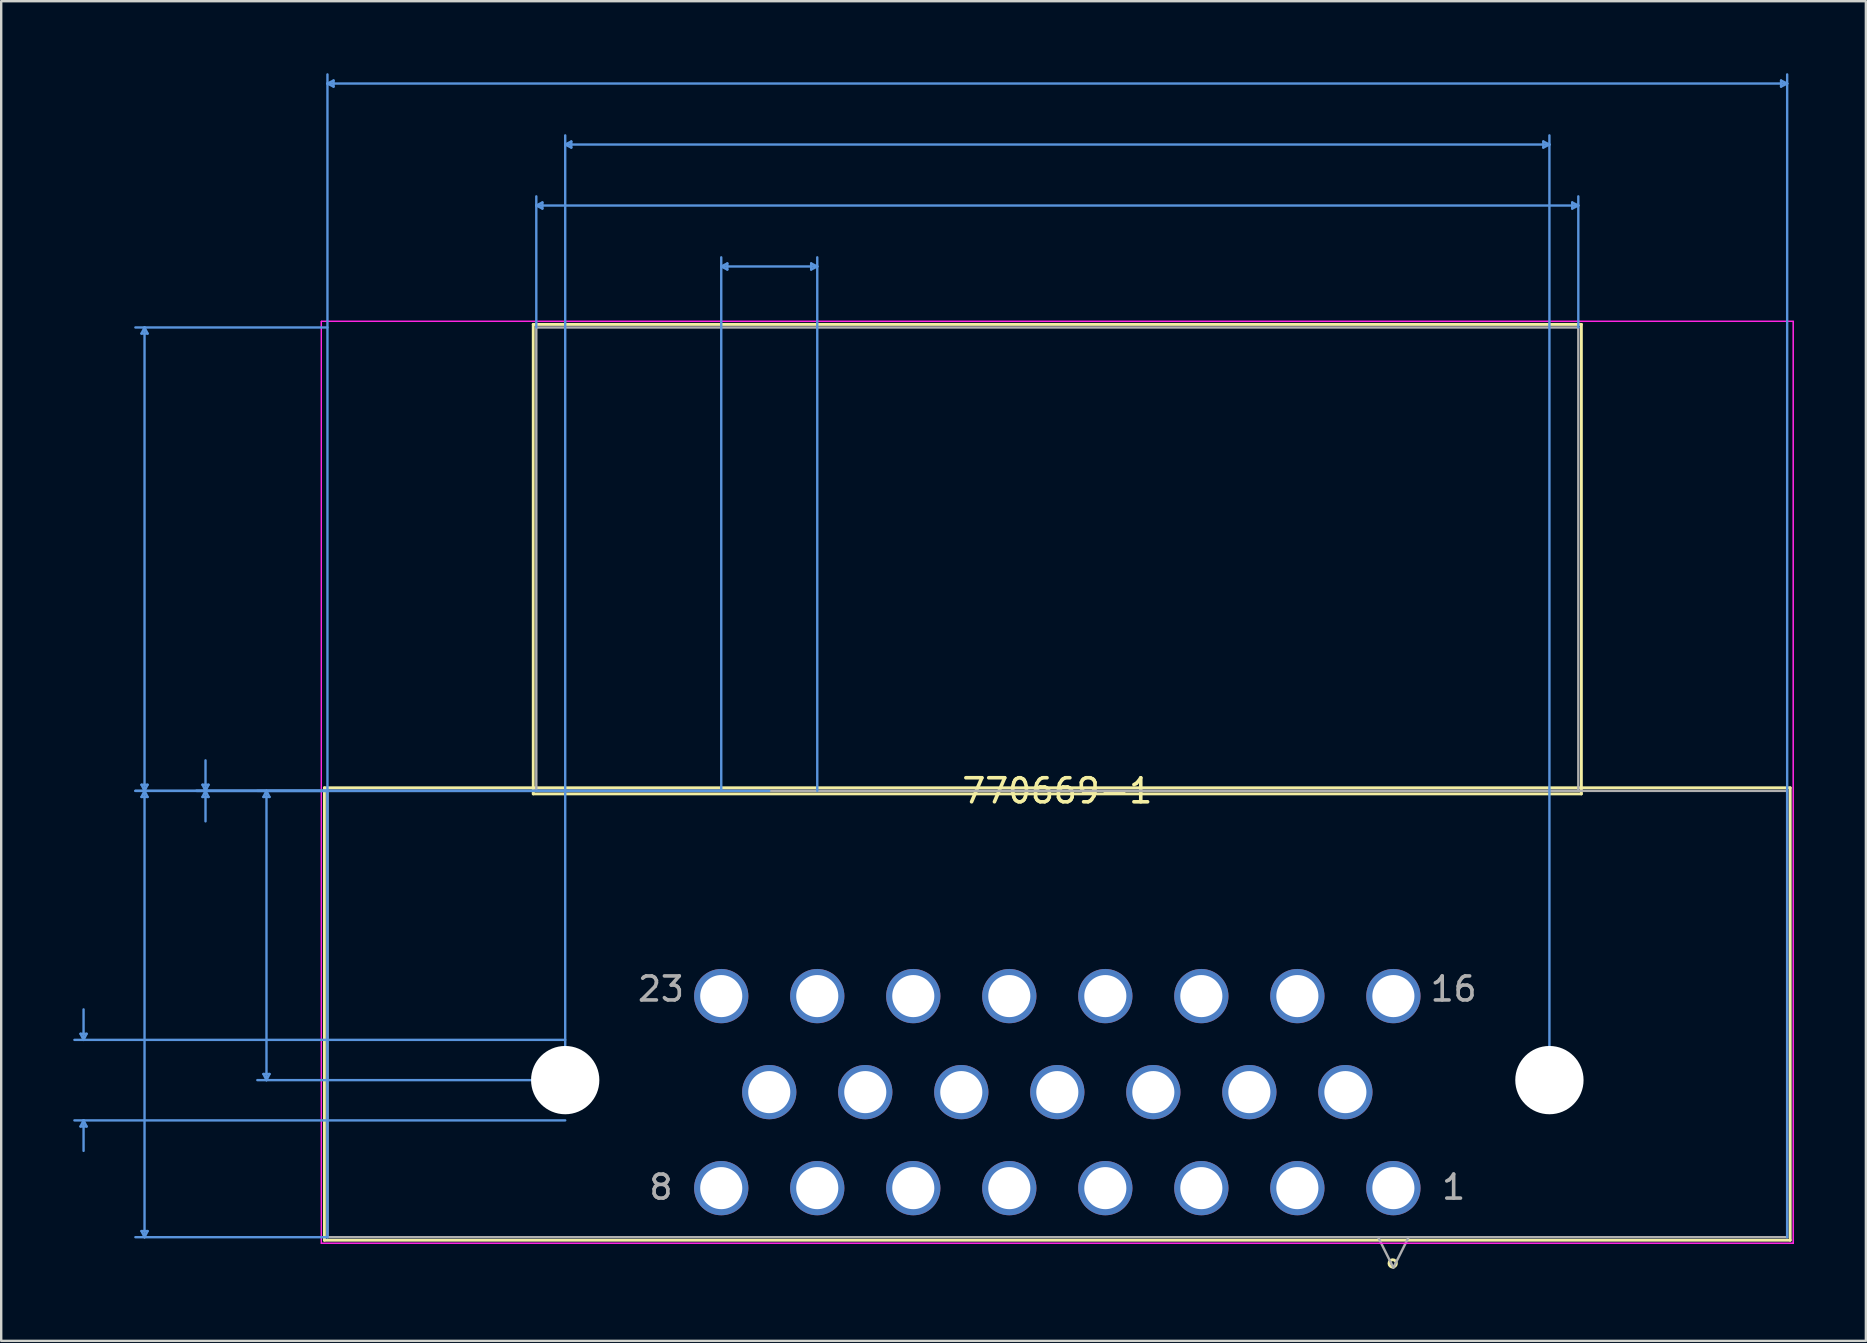
<source format=kicad_pcb>
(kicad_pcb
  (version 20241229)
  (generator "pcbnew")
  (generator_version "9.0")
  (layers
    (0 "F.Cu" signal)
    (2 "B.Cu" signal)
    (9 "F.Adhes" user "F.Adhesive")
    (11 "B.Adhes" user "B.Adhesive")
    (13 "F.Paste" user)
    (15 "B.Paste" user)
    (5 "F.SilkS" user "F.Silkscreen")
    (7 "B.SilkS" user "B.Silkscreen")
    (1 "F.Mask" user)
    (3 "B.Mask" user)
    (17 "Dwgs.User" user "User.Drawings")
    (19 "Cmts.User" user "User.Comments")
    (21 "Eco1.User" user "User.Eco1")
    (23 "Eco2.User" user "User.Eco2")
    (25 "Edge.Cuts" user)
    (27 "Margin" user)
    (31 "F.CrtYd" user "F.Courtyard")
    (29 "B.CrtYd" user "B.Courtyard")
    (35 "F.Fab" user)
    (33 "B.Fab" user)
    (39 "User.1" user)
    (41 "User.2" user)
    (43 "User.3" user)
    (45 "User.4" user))
  (footprint "770669-1"
    (layer "F.Cu")
    (at 54.995 46.445)
    (property "Reference" "770669-1" (at -14 -16.55 0) (layer "F.SilkS") (effects (font (size 1 1) (thickness 0.15))))
    (attr through_hole)
    (fp_line (start -44.531 -16.677) (end -44.531 2.17) (stroke (width 0.12) (type solid)) (layer "F.SilkS"))
    (fp_line (start -44.531 2.17) (end 16.531 2.17) (stroke (width 0.12) (type solid)) (layer "F.SilkS"))
    (fp_line (start -35.831 -35.981) (end -35.831 -16.423) (stroke (width 0.12) (type solid)) (layer "F.SilkS"))
    (fp_line (start -35.831 -16.423) (end 7.831 -16.423) (stroke (width 0.12) (type solid)) (layer "F.SilkS"))
    (fp_line (start 7.831 -35.981) (end -35.831 -35.981) (stroke (width 0.12) (type solid)) (layer "F.SilkS"))
    (fp_line (start 7.831 -16.423) (end 7.831 -35.981) (stroke (width 0.12) (type solid)) (layer "F.SilkS"))
    (fp_line (start 16.531 -16.677) (end -44.531 -16.677) (stroke (width 0.12) (type solid)) (layer "F.SilkS"))
    (fp_line (start 16.531 2.17) (end 16.531 -16.677) (stroke (width 0.12) (type solid)) (layer "F.SilkS"))
    (fp_arc (start 0.122402 3.135114) (mid -0.182398 3.135114) (end 0.122402 3.135114) (stroke (width 0.12) (type solid)) (layer "F.SilkS"))
    (fp_line (start -54.691 -6.43) (end -54.437 -6.43) (stroke (width 0.1) (type solid)) (layer "Cmts.User"))
    (fp_line (start -54.691 -2.569) (end -54.437 -2.569) (stroke (width 0.1) (type solid)) (layer "Cmts.User"))
    (fp_line (start -54.564 -6.176) (end -54.691 -6.43) (stroke (width 0.1) (type solid)) (layer "Cmts.User"))
    (fp_line (start -54.564 -6.176) (end -54.564 -7.446) (stroke (width 0.1) (type solid)) (layer "Cmts.User"))
    (fp_line (start -54.564 -6.176) (end -54.437 -6.43) (stroke (width 0.1) (type solid)) (layer "Cmts.User"))
    (fp_line (start -54.564 -2.823) (end -54.691 -2.569) (stroke (width 0.1) (type solid)) (layer "Cmts.User"))
    (fp_line (start -54.564 -2.823) (end -54.564 -1.553) (stroke (width 0.1) (type solid)) (layer "Cmts.User"))
    (fp_line (start -54.564 -2.823) (end -54.437 -2.569) (stroke (width 0.1) (type solid)) (layer "Cmts.User"))
    (fp_line (start -52.151 -35.6) (end -51.897 -35.6) (stroke (width 0.1) (type solid)) (layer "Cmts.User"))
    (fp_line (start -52.151 -16.804) (end -51.897 -16.804) (stroke (width 0.1) (type solid)) (layer "Cmts.User"))
    (fp_line (start -52.151 -16.296) (end -51.897 -16.296) (stroke (width 0.1) (type solid)) (layer "Cmts.User"))
    (fp_line (start -52.151 1.789) (end -51.897 1.789) (stroke (width 0.1) (type solid)) (layer "Cmts.User"))
    (fp_line (start -52.024 -35.854) (end -52.151 -35.6) (stroke (width 0.1) (type solid)) (layer "Cmts.User"))
    (fp_line (start -52.024 -35.854) (end -52.024 -16.55) (stroke (width 0.1) (type solid)) (layer "Cmts.User"))
    (fp_line (start -52.024 -35.854) (end -51.897 -35.6) (stroke (width 0.1) (type solid)) (layer "Cmts.User"))
    (fp_line (start -52.024 -16.55) (end -52.151 -16.804) (stroke (width 0.1) (type solid)) (layer "Cmts.User"))
    (fp_line (start -52.024 -16.55) (end -52.151 -16.296) (stroke (width 0.1) (type solid)) (layer "Cmts.User"))
    (fp_line (start -52.024 -16.55) (end -52.024 2.043) (stroke (width 0.1) (type solid)) (layer "Cmts.User"))
    (fp_line (start -52.024 -16.55) (end -51.897 -16.804) (stroke (width 0.1) (type solid)) (layer "Cmts.User"))
    (fp_line (start -52.024 -16.55) (end -51.897 -16.296) (stroke (width 0.1) (type solid)) (layer "Cmts.User"))
    (fp_line (start -52.024 2.043) (end -52.151 1.789) (stroke (width 0.1) (type solid)) (layer "Cmts.User"))
    (fp_line (start -52.024 2.043) (end -51.897 1.789) (stroke (width 0.1) (type solid)) (layer "Cmts.User"))
    (fp_line (start -49.611 -16.804) (end -49.357 -16.804) (stroke (width 0.1) (type solid)) (layer "Cmts.User"))
    (fp_line (start -49.611 -16.296) (end -49.357 -16.296) (stroke (width 0.1) (type solid)) (layer "Cmts.User"))
    (fp_line (start -49.484 -16.55) (end -49.611 -16.804) (stroke (width 0.1) (type solid)) (layer "Cmts.User"))
    (fp_line (start -49.484 -16.55) (end -49.611 -16.296) (stroke (width 0.1) (type solid)) (layer "Cmts.User"))
    (fp_line (start -49.484 -16.55) (end -49.484 -17.82) (stroke (width 0.1) (type solid)) (layer "Cmts.User"))
    (fp_line (start -49.484 -16.55) (end -49.484 -15.28) (stroke (width 0.1) (type solid)) (layer "Cmts.User"))
    (fp_line (start -49.484 -16.55) (end -49.357 -16.804) (stroke (width 0.1) (type solid)) (layer "Cmts.User"))
    (fp_line (start -49.484 -16.55) (end -49.357 -16.296) (stroke (width 0.1) (type solid)) (layer "Cmts.User"))
    (fp_line (start -47.071 -16.296) (end -46.817 -16.296) (stroke (width 0.1) (type solid)) (layer "Cmts.User"))
    (fp_line (start -47.071 -4.754) (end -46.817 -4.754) (stroke (width 0.1) (type solid)) (layer "Cmts.User"))
    (fp_line (start -46.944 -16.55) (end -47.071 -16.296) (stroke (width 0.1) (type solid)) (layer "Cmts.User"))
    (fp_line (start -46.944 -16.55) (end -46.944 -4.5) (stroke (width 0.1) (type solid)) (layer "Cmts.User"))
    (fp_line (start -46.944 -16.55) (end -46.817 -16.296) (stroke (width 0.1) (type solid)) (layer "Cmts.User"))
    (fp_line (start -46.944 -4.5) (end -47.071 -4.754) (stroke (width 0.1) (type solid)) (layer "Cmts.User"))
    (fp_line (start -46.944 -4.5) (end -46.817 -4.754) (stroke (width 0.1) (type solid)) (layer "Cmts.User"))
    (fp_line (start -44.404 -46.014) (end -44.15 -46.141) (stroke (width 0.1) (type solid)) (layer "Cmts.User"))
    (fp_line (start -44.404 -46.014) (end -44.15 -45.887) (stroke (width 0.1) (type solid)) (layer "Cmts.User"))
    (fp_line (start -44.404 -46.014) (end 16.404 -46.014) (stroke (width 0.1) (type solid)) (layer "Cmts.User"))
    (fp_line (start -44.404 -35.854) (end -52.405 -35.854) (stroke (width 0.1) (type solid)) (layer "Cmts.User"))
    (fp_line (start -44.404 -16.55) (end -52.405 -16.55) (stroke (width 0.1) (type solid)) (layer "Cmts.User"))
    (fp_line (start -44.404 -16.55) (end -52.405 -16.55) (stroke (width 0.1) (type solid)) (layer "Cmts.User"))
    (fp_line (start -44.404 -16.55) (end -47.325 -16.55) (stroke (width 0.1) (type solid)) (layer "Cmts.User"))
    (fp_line (start -44.404 2.043) (end -52.405 2.043) (stroke (width 0.1) (type solid)) (layer "Cmts.User"))
    (fp_line (start -44.404 2.043) (end -44.404 -46.395) (stroke (width 0.1) (type solid)) (layer "Cmts.User"))
    (fp_line (start -44.15 -46.141) (end -44.15 -45.887) (stroke (width 0.1) (type solid)) (layer "Cmts.User"))
    (fp_line (start -35.704 -40.934) (end -35.45 -41.061) (stroke (width 0.1) (type solid)) (layer "Cmts.User"))
    (fp_line (start -35.704 -40.934) (end -35.45 -40.807) (stroke (width 0.1) (type solid)) (layer "Cmts.User"))
    (fp_line (start -35.704 -40.934) (end 7.704 -40.934) (stroke (width 0.1) (type solid)) (layer "Cmts.User"))
    (fp_line (start -35.704 -35.854) (end -35.704 -41.315) (stroke (width 0.1) (type solid)) (layer "Cmts.User"))
    (fp_line (start -35.45 -41.061) (end -35.45 -40.807) (stroke (width 0.1) (type solid)) (layer "Cmts.User"))
    (fp_line (start -34.5 -43.474) (end -34.246 -43.601) (stroke (width 0.1) (type solid)) (layer "Cmts.User"))
    (fp_line (start -34.5 -43.474) (end -34.246 -43.347) (stroke (width 0.1) (type solid)) (layer "Cmts.User"))
    (fp_line (start -34.5 -43.474) (end 6.5 -43.474) (stroke (width 0.1) (type solid)) (layer "Cmts.User"))
    (fp_line (start -34.5 -6.176) (end -54.945 -6.176) (stroke (width 0.1) (type solid)) (layer "Cmts.User"))
    (fp_line (start -34.5 -4.5) (end -47.325 -4.5) (stroke (width 0.1) (type solid)) (layer "Cmts.User"))
    (fp_line (start -34.5 -4.5) (end -34.5 -43.855) (stroke (width 0.1) (type solid)) (layer "Cmts.User"))
    (fp_line (start -34.5 -2.823) (end -54.945 -2.823) (stroke (width 0.1) (type solid)) (layer "Cmts.User"))
    (fp_line (start -34.246 -43.601) (end -34.246 -43.347) (stroke (width 0.1) (type solid)) (layer "Cmts.User"))
    (fp_line (start -28 -38.394) (end -27.746 -38.521) (stroke (width 0.1) (type solid)) (layer "Cmts.User"))
    (fp_line (start -28 -38.394) (end -27.746 -38.267) (stroke (width 0.1) (type solid)) (layer "Cmts.User"))
    (fp_line (start -28 -38.394) (end -24 -38.394) (stroke (width 0.1) (type solid)) (layer "Cmts.User"))
    (fp_line (start -28 -16.55) (end -49.865 -16.55) (stroke (width 0.1) (type solid)) (layer "Cmts.User"))
    (fp_line (start -28 -16.55) (end -28 -38.775) (stroke (width 0.1) (type solid)) (layer "Cmts.User"))
    (fp_line (start -27.746 -38.521) (end -27.746 -38.267) (stroke (width 0.1) (type solid)) (layer "Cmts.User"))
    (fp_line (start -26 -16.55) (end -49.865 -16.55) (stroke (width 0.1) (type solid)) (layer "Cmts.User"))
    (fp_line (start -24.254 -38.521) (end -24.254 -38.267) (stroke (width 0.1) (type solid)) (layer "Cmts.User"))
    (fp_line (start -24 -38.394) (end -24.254 -38.521) (stroke (width 0.1) (type solid)) (layer "Cmts.User"))
    (fp_line (start -24 -38.394) (end -24.254 -38.267) (stroke (width 0.1) (type solid)) (layer "Cmts.User"))
    (fp_line (start -24 -16.55) (end -24 -38.775) (stroke (width 0.1) (type solid)) (layer "Cmts.User"))
    (fp_line (start 6.246 -43.601) (end 6.246 -43.347) (stroke (width 0.1) (type solid)) (layer "Cmts.User"))
    (fp_line (start 6.5 -43.474) (end 6.246 -43.601) (stroke (width 0.1) (type solid)) (layer "Cmts.User"))
    (fp_line (start 6.5 -43.474) (end 6.246 -43.347) (stroke (width 0.1) (type solid)) (layer "Cmts.User"))
    (fp_line (start 6.5 -4.5) (end 6.5 -43.855) (stroke (width 0.1) (type solid)) (layer "Cmts.User"))
    (fp_line (start 7.45 -41.061) (end 7.45 -40.807) (stroke (width 0.1) (type solid)) (layer "Cmts.User"))
    (fp_line (start 7.704 -40.934) (end 7.45 -41.061) (stroke (width 0.1) (type solid)) (layer "Cmts.User"))
    (fp_line (start 7.704 -40.934) (end 7.45 -40.807) (stroke (width 0.1) (type solid)) (layer "Cmts.User"))
    (fp_line (start 7.704 -35.854) (end 7.704 -41.315) (stroke (width 0.1) (type solid)) (layer "Cmts.User"))
    (fp_line (start 16.15 -46.141) (end 16.15 -45.887) (stroke (width 0.1) (type solid)) (layer "Cmts.User"))
    (fp_line (start 16.404 -46.014) (end 16.15 -46.141) (stroke (width 0.1) (type solid)) (layer "Cmts.User"))
    (fp_line (start 16.404 -46.014) (end 16.15 -45.887) (stroke (width 0.1) (type solid)) (layer "Cmts.User"))
    (fp_line (start 16.404 2.043) (end 16.404 -46.395) (stroke (width 0.1) (type solid)) (layer "Cmts.User"))
    (fp_line (start -44.658 -36.108) (end -44.658 2.297) (stroke (width 0.05) (type solid)) (layer "F.CrtYd"))
    (fp_line (start -44.658 -36.108) (end -44.658 2.297) (stroke (width 0.05) (type solid)) (layer "F.CrtYd"))
    (fp_line (start -44.658 2.297) (end 16.658 2.297) (stroke (width 0.05) (type solid)) (layer "F.CrtYd"))
    (fp_line (start -44.658 2.297) (end 16.658 2.297) (stroke (width 0.05) (type solid)) (layer "F.CrtYd"))
    (fp_line (start 16.658 -36.108) (end -44.658 -36.108) (stroke (width 0.05) (type solid)) (layer "F.CrtYd"))
    (fp_line (start 16.658 -36.108) (end -44.658 -36.108) (stroke (width 0.05) (type solid)) (layer "F.CrtYd"))
    (fp_line (start 16.658 2.297) (end 16.658 -36.108) (stroke (width 0.05) (type solid)) (layer "F.CrtYd"))
    (fp_line (start 16.658 2.297) (end 16.658 -36.108) (stroke (width 0.05) (type solid)) (layer "F.CrtYd"))
    (fp_line (start -44.404 -16.55) (end -44.404 2.043) (stroke (width 0.1) (type solid)) (layer "F.Fab"))
    (fp_line (start -44.404 2.043) (end 16.404 2.043) (stroke (width 0.1) (type solid)) (layer "F.Fab"))
    (fp_line (start -35.704 -35.854) (end -35.704 -16.55) (stroke (width 0.1) (type solid)) (layer "F.Fab"))
    (fp_line (start -35.704 -16.55) (end 7.704 -16.55) (stroke (width 0.1) (type solid)) (layer "F.Fab"))
    (fp_line (start -0.635 2.043) (end 0 3.313) (stroke (width 0.1) (type solid)) (layer "F.Fab"))
    (fp_line (start 0.635 2.043) (end 0 3.313) (stroke (width 0.1) (type solid)) (layer "F.Fab"))
    (fp_line (start 7.704 -35.854) (end -35.704 -35.854) (stroke (width 0.1) (type solid)) (layer "F.Fab"))
    (fp_line (start 7.704 -16.55) (end 7.704 -35.854) (stroke (width 0.1) (type solid)) (layer "F.Fab"))
    (fp_line (start 16.404 -16.55) (end -44.404 -16.55) (stroke (width 0.1) (type solid)) (layer "F.Fab"))
    (fp_line (start 16.404 2.043) (end 16.404 -16.55) (stroke (width 0.1) (type solid)) (layer "F.Fab"))
    (fp_text user "*" (at 0 0 0) (layer "F.SilkS") (effects (font (size 1 1) (thickness 0.15))))
    (fp_text user "Copyright 2021 Accelerated Designs. All rights reserved." (at 0 0 0) (layer "Cmts.User") (effects (font (size 0.127 0.127) (thickness 0.002))))
    (fp_text user "16" (at 2.51 -8.295 0) (layer "F.Fab") (effects (font (size 1 1) (thickness 0.15))))
    (fp_text user "1" (at 2.51 -0.04 0) (layer "F.Fab") (effects (font (size 1 1) (thickness 0.15))))
    (fp_text user "*" (at 0 0 0) (layer "F.Fab") (effects (font (size 1 1) (thickness 0.15))))
    (fp_text user "23" (at -30.51 -8.295 0) (layer "F.Fab") (effects (font (size 1 1) (thickness 0.15))))
    (fp_text user "8" (at -30.51 -0.04 0) (layer "F.Fab") (effects (font (size 1 1) (thickness 0.15))))
    (pad "" np_thru_hole circle (at -34.5 -4.5) (size 2.845 2.845) (drill 2.845) (layers "*.Cu" "*.Mask"))
    (pad "" np_thru_hole circle (at 6.5 -4.5) (size 2.845 2.845) (drill 2.845) (layers "*.Cu" "*.Mask"))
    (pad "1" thru_hole circle (at -0.000001 0) (size 2.261 2.261) (drill 1.753) (layers "*.Cu" "*.Mask"))
    (pad "2" thru_hole circle (at -4 0) (size 2.261 2.261) (drill 1.753) (layers "*.Cu" "*.Mask"))
    (pad "3" thru_hole circle (at -8 0) (size 2.261 2.261) (drill 1.753) (layers "*.Cu" "*.Mask"))
    (pad "4" thru_hole circle (at -12 0) (size 2.261 2.261) (drill 1.753) (layers "*.Cu" "*.Mask"))
    (pad "5" thru_hole circle (at -16 0) (size 2.261 2.261) (drill 1.753) (layers "*.Cu" "*.Mask"))
    (pad "6" thru_hole circle (at -20 0) (size 2.261 2.261) (drill 1.753) (layers "*.Cu" "*.Mask"))
    (pad "7" thru_hole circle (at -24 0) (size 2.261 2.261) (drill 1.753) (layers "*.Cu" "*.Mask"))
    (pad "8" thru_hole circle (at -28 0) (size 2.261 2.261) (drill 1.753) (layers "*.Cu" "*.Mask"))
    (pad "9" thru_hole circle (at -2 -4) (size 2.261 2.261) (drill 1.753) (layers "*.Cu" "*.Mask"))
    (pad "10" thru_hole circle (at -6 -4) (size 2.261 2.261) (drill 1.753) (layers "*.Cu" "*.Mask"))
    (pad "11" thru_hole circle (at -10 -4) (size 2.261 2.261) (drill 1.753) (layers "*.Cu" "*.Mask"))
    (pad "12" thru_hole circle (at -14 -4) (size 2.261 2.261) (drill 1.753) (layers "*.Cu" "*.Mask"))
    (pad "13" thru_hole circle (at -18 -4) (size 2.261 2.261) (drill 1.753) (layers "*.Cu" "*.Mask"))
    (pad "14" thru_hole circle (at -22 -4) (size 2.261 2.261) (drill 1.753) (layers "*.Cu" "*.Mask"))
    (pad "15" thru_hole circle (at -26 -4) (size 2.261 2.261) (drill 1.753) (layers "*.Cu" "*.Mask"))
    (pad "16" thru_hole circle (at -0.000001 -8) (size 2.261 2.261) (drill 1.753) (layers "*.Cu" "*.Mask"))
    (pad "17" thru_hole circle (at -4 -8) (size 2.261 2.261) (drill 1.753) (layers "*.Cu" "*.Mask"))
    (pad "18" thru_hole circle (at -8 -8) (size 2.261 2.261) (drill 1.753) (layers "*.Cu" "*.Mask"))
    (pad "19" thru_hole circle (at -12 -8) (size 2.261 2.261) (drill 1.753) (layers "*.Cu" "*.Mask"))
    (pad "20" thru_hole circle (at -16 -8) (size 2.261 2.261) (drill 1.753) (layers "*.Cu" "*.Mask"))
    (pad "21" thru_hole circle (at -20 -8) (size 2.261 2.261) (drill 1.753) (layers "*.Cu" "*.Mask"))
    (pad "22" thru_hole circle (at -24 -8) (size 2.261 2.261) (drill 1.753) (layers "*.Cu" "*.Mask"))
    (pad "23" thru_hole circle (at -28 -8) (size 2.261 2.261) (drill 1.753) (layers "*.Cu" "*.Mask")))
  (gr_rect
    (start -3 -3)
    (end 74.678 52.808)
    (stroke (width 0.1) (type default))
    (fill no)
    (layer "Edge.Cuts")))
</source>
